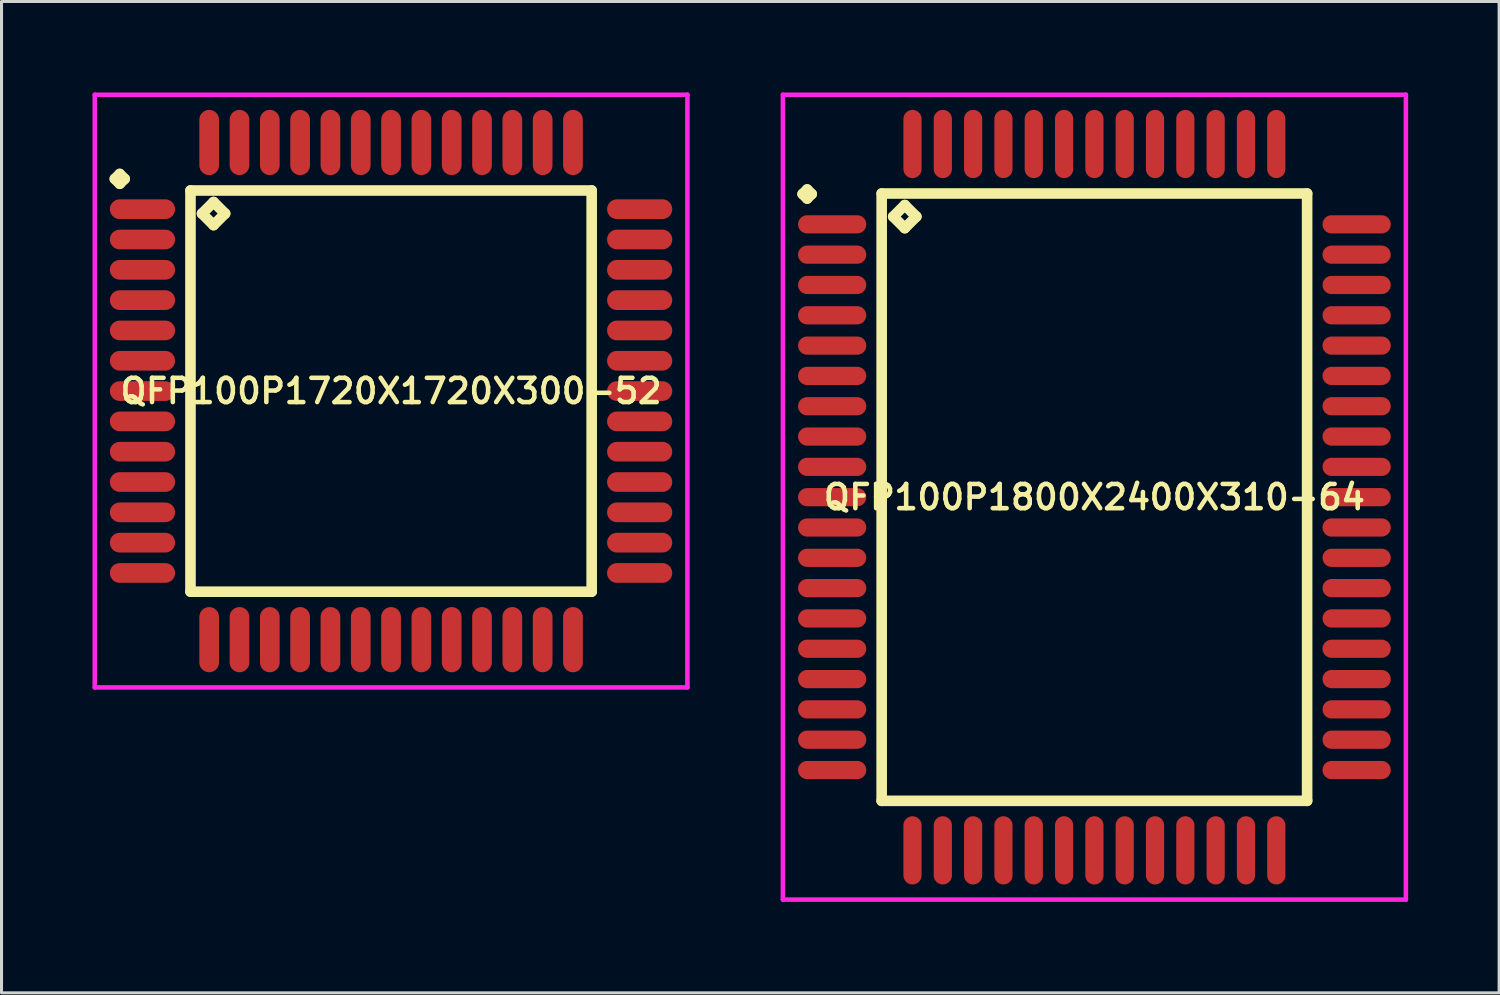
<source format=kicad_pcb>
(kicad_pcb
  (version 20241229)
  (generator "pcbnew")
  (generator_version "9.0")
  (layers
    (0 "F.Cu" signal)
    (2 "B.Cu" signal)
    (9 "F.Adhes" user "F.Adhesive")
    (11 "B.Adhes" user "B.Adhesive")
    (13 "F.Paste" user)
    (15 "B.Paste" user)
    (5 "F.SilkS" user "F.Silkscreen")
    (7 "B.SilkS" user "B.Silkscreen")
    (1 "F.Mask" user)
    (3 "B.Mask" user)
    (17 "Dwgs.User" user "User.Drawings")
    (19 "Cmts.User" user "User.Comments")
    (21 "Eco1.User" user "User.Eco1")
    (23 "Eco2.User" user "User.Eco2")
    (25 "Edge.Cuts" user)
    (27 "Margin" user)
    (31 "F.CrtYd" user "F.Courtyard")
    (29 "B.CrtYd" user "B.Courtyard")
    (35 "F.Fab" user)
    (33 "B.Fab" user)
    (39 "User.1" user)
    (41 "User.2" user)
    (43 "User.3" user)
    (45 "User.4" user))
  (footprint "QFP100P1720X1720X300-52"
    (layer "F.Cu")
    (at 9.85 9.85)
    (property "Reference" "QFP100P1720X1720X300-52" (at 0 0 0) (layer "F.SilkS") (effects (font (size 0.8 0.8) (thickness 0.15))))
    (attr smd)
    (fp_line (start -9.113 -7) (end -8.95 -7.162) (stroke (width 0.35) (type solid)) (layer "F.SilkS"))
    (fp_line (start -8.95 -7.162) (end -8.787 -7) (stroke (width 0.35) (type solid)) (layer "F.SilkS"))
    (fp_line (start -8.95 -6.838) (end -9.113 -7) (stroke (width 0.35) (type solid)) (layer "F.SilkS"))
    (fp_line (start -8.787 -7) (end -8.95 -6.838) (stroke (width 0.35) (type solid)) (layer "F.SilkS"))
    (fp_line (start -6.617 -6.617) (end -6.617 6.617) (stroke (width 0.35) (type solid)) (layer "F.SilkS"))
    (fp_line (start -6.617 6.617) (end 6.617 6.617) (stroke (width 0.35) (type solid)) (layer "F.SilkS"))
    (fp_line (start -6.236 -5.855) (end -5.855 -6.236) (stroke (width 0.35) (type solid)) (layer "F.SilkS"))
    (fp_line (start -5.855 -6.236) (end -5.474 -5.855) (stroke (width 0.35) (type solid)) (layer "F.SilkS"))
    (fp_line (start -5.855 -5.474) (end -6.236 -5.855) (stroke (width 0.35) (type solid)) (layer "F.SilkS"))
    (fp_line (start -5.474 -5.855) (end -5.855 -5.474) (stroke (width 0.35) (type solid)) (layer "F.SilkS"))
    (fp_line (start 6.617 -6.617) (end -6.617 -6.617) (stroke (width 0.35) (type solid)) (layer "F.SilkS"))
    (fp_line (start 6.617 6.617) (end 6.617 -6.617) (stroke (width 0.35) (type solid)) (layer "F.SilkS"))
    (fp_line (start -9.775 -9.775) (end 9.775 -9.775) (stroke (width 0.15) (type solid)) (layer "F.CrtYd"))
    (fp_line (start -9.775 9.775) (end -9.775 -9.775) (stroke (width 0.15) (type solid)) (layer "F.CrtYd"))
    (fp_line (start 9.775 -9.775) (end 9.775 9.775) (stroke (width 0.15) (type solid)) (layer "F.CrtYd"))
    (fp_line (start 9.775 9.775) (end -9.775 9.775) (stroke (width 0.15) (type solid)) (layer "F.CrtYd"))
    (pad "1" smd oval (at -8.2 -6) (size 2.15 0.65) (layers "F.Cu" "F.Mask" "F.Paste"))
    (pad "2" smd oval (at -8.2 -5) (size 2.15 0.65) (layers "F.Cu" "F.Mask" "F.Paste"))
    (pad "3" smd oval (at -8.2 -4) (size 2.15 0.65) (layers "F.Cu" "F.Mask" "F.Paste"))
    (pad "4" smd oval (at -8.2 -3) (size 2.15 0.65) (layers "F.Cu" "F.Mask" "F.Paste"))
    (pad "5" smd oval (at -8.2 -2) (size 2.15 0.65) (layers "F.Cu" "F.Mask" "F.Paste"))
    (pad "6" smd oval (at -8.2 -1) (size 2.15 0.65) (layers "F.Cu" "F.Mask" "F.Paste"))
    (pad "7" smd oval (at -8.2 0) (size 2.15 0.65) (layers "F.Cu" "F.Mask" "F.Paste"))
    (pad "8" smd oval (at -8.2 1) (size 2.15 0.65) (layers "F.Cu" "F.Mask" "F.Paste"))
    (pad "9" smd oval (at -8.2 2) (size 2.15 0.65) (layers "F.Cu" "F.Mask" "F.Paste"))
    (pad "10" smd oval (at -8.2 3) (size 2.15 0.65) (layers "F.Cu" "F.Mask" "F.Paste"))
    (pad "11" smd oval (at -8.2 4) (size 2.15 0.65) (layers "F.Cu" "F.Mask" "F.Paste"))
    (pad "12" smd oval (at -8.2 5) (size 2.15 0.65) (layers "F.Cu" "F.Mask" "F.Paste"))
    (pad "13" smd oval (at -8.2 6) (size 2.15 0.65) (layers "F.Cu" "F.Mask" "F.Paste"))
    (pad "14" smd oval (at -6 8.2) (size 0.65 2.15) (layers "F.Cu" "F.Mask" "F.Paste"))
    (pad "15" smd oval (at -5 8.2) (size 0.65 2.15) (layers "F.Cu" "F.Mask" "F.Paste"))
    (pad "16" smd oval (at -4 8.2) (size 0.65 2.15) (layers "F.Cu" "F.Mask" "F.Paste"))
    (pad "17" smd oval (at -3 8.2) (size 0.65 2.15) (layers "F.Cu" "F.Mask" "F.Paste"))
    (pad "18" smd oval (at -2 8.2) (size 0.65 2.15) (layers "F.Cu" "F.Mask" "F.Paste"))
    (pad "19" smd oval (at -1 8.2) (size 0.65 2.15) (layers "F.Cu" "F.Mask" "F.Paste"))
    (pad "20" smd oval (at 0 8.2) (size 0.65 2.15) (layers "F.Cu" "F.Mask" "F.Paste"))
    (pad "21" smd oval (at 1 8.2) (size 0.65 2.15) (layers "F.Cu" "F.Mask" "F.Paste"))
    (pad "22" smd oval (at 2 8.2) (size 0.65 2.15) (layers "F.Cu" "F.Mask" "F.Paste"))
    (pad "23" smd oval (at 3 8.2) (size 0.65 2.15) (layers "F.Cu" "F.Mask" "F.Paste"))
    (pad "24" smd oval (at 4 8.2) (size 0.65 2.15) (layers "F.Cu" "F.Mask" "F.Paste"))
    (pad "25" smd oval (at 5 8.2) (size 0.65 2.15) (layers "F.Cu" "F.Mask" "F.Paste"))
    (pad "26" smd oval (at 6 8.2) (size 0.65 2.15) (layers "F.Cu" "F.Mask" "F.Paste"))
    (pad "27" smd oval (at 8.2 6) (size 2.15 0.65) (layers "F.Cu" "F.Mask" "F.Paste"))
    (pad "28" smd oval (at 8.2 5) (size 2.15 0.65) (layers "F.Cu" "F.Mask" "F.Paste"))
    (pad "29" smd oval (at 8.2 4) (size 2.15 0.65) (layers "F.Cu" "F.Mask" "F.Paste"))
    (pad "30" smd oval (at 8.2 3) (size 2.15 0.65) (layers "F.Cu" "F.Mask" "F.Paste"))
    (pad "31" smd oval (at 8.2 2) (size 2.15 0.65) (layers "F.Cu" "F.Mask" "F.Paste"))
    (pad "32" smd oval (at 8.2 1) (size 2.15 0.65) (layers "F.Cu" "F.Mask" "F.Paste"))
    (pad "33" smd oval (at 8.2 0) (size 2.15 0.65) (layers "F.Cu" "F.Mask" "F.Paste"))
    (pad "34" smd oval (at 8.2 -1) (size 2.15 0.65) (layers "F.Cu" "F.Mask" "F.Paste"))
    (pad "35" smd oval (at 8.2 -2) (size 2.15 0.65) (layers "F.Cu" "F.Mask" "F.Paste"))
    (pad "36" smd oval (at 8.2 -3) (size 2.15 0.65) (layers "F.Cu" "F.Mask" "F.Paste"))
    (pad "37" smd oval (at 8.2 -4) (size 2.15 0.65) (layers "F.Cu" "F.Mask" "F.Paste"))
    (pad "38" smd oval (at 8.2 -5) (size 2.15 0.65) (layers "F.Cu" "F.Mask" "F.Paste"))
    (pad "39" smd oval (at 8.2 -6) (size 2.15 0.65) (layers "F.Cu" "F.Mask" "F.Paste"))
    (pad "40" smd oval (at 6 -8.2) (size 0.65 2.15) (layers "F.Cu" "F.Mask" "F.Paste"))
    (pad "41" smd oval (at 5 -8.2) (size 0.65 2.15) (layers "F.Cu" "F.Mask" "F.Paste"))
    (pad "42" smd oval (at 4 -8.2) (size 0.65 2.15) (layers "F.Cu" "F.Mask" "F.Paste"))
    (pad "43" smd oval (at 3 -8.2) (size 0.65 2.15) (layers "F.Cu" "F.Mask" "F.Paste"))
    (pad "44" smd oval (at 2 -8.2) (size 0.65 2.15) (layers "F.Cu" "F.Mask" "F.Paste"))
    (pad "45" smd oval (at 1 -8.2) (size 0.65 2.15) (layers "F.Cu" "F.Mask" "F.Paste"))
    (pad "46" smd oval (at 0 -8.2) (size 0.65 2.15) (layers "F.Cu" "F.Mask" "F.Paste"))
    (pad "47" smd oval (at -1 -8.2) (size 0.65 2.15) (layers "F.Cu" "F.Mask" "F.Paste"))
    (pad "48" smd oval (at -2 -8.2) (size 0.65 2.15) (layers "F.Cu" "F.Mask" "F.Paste"))
    (pad "49" smd oval (at -3 -8.2) (size 0.65 2.15) (layers "F.Cu" "F.Mask" "F.Paste"))
    (pad "50" smd oval (at -4 -8.2) (size 0.65 2.15) (layers "F.Cu" "F.Mask" "F.Paste"))
    (pad "51" smd oval (at -5 -8.2) (size 0.65 2.15) (layers "F.Cu" "F.Mask" "F.Paste"))
    (pad "52" smd oval (at -6 -8.2) (size 0.65 2.15) (layers "F.Cu" "F.Mask" "F.Paste")))
  (footprint "QFP100P1800X2400X310-64"
    (layer "F.Cu")
    (at 33.05 13.35)
    (property "Reference" "QFP100P1800X2400X310-64" (at 0 0 0) (layer "F.SilkS") (effects (font (size 0.8 0.8) (thickness 0.15))))
    (attr smd)
    (fp_line (start -9.625 -10) (end -9.475 -10.15) (stroke (width 0.35) (type solid)) (layer "F.SilkS"))
    (fp_line (start -9.475 -10.15) (end -9.325 -10) (stroke (width 0.35) (type solid)) (layer "F.SilkS"))
    (fp_line (start -9.475 -9.85) (end -9.625 -10) (stroke (width 0.35) (type solid)) (layer "F.SilkS"))
    (fp_line (start -9.325 -10) (end -9.475 -9.85) (stroke (width 0.35) (type solid)) (layer "F.SilkS"))
    (fp_line (start -7.017 -10.017) (end -7.017 10.017) (stroke (width 0.35) (type solid)) (layer "F.SilkS"))
    (fp_line (start -7.017 10.017) (end 7.017 10.017) (stroke (width 0.35) (type solid)) (layer "F.SilkS"))
    (fp_line (start -6.636 -9.255) (end -6.255 -9.636) (stroke (width 0.35) (type solid)) (layer "F.SilkS"))
    (fp_line (start -6.255 -9.636) (end -5.874 -9.255) (stroke (width 0.35) (type solid)) (layer "F.SilkS"))
    (fp_line (start -6.255 -8.874) (end -6.636 -9.255) (stroke (width 0.35) (type solid)) (layer "F.SilkS"))
    (fp_line (start -5.874 -9.255) (end -6.255 -8.874) (stroke (width 0.35) (type solid)) (layer "F.SilkS"))
    (fp_line (start 7.017 -10.017) (end -7.017 -10.017) (stroke (width 0.35) (type solid)) (layer "F.SilkS"))
    (fp_line (start 7.017 10.017) (end 7.017 -10.017) (stroke (width 0.35) (type solid)) (layer "F.SilkS"))
    (fp_line (start -10.275 -13.275) (end 10.275 -13.275) (stroke (width 0.15) (type solid)) (layer "F.CrtYd"))
    (fp_line (start -10.275 13.275) (end -10.275 -13.275) (stroke (width 0.15) (type solid)) (layer "F.CrtYd"))
    (fp_line (start 10.275 -13.275) (end 10.275 13.275) (stroke (width 0.15) (type solid)) (layer "F.CrtYd"))
    (fp_line (start 10.275 13.275) (end -10.275 13.275) (stroke (width 0.15) (type solid)) (layer "F.CrtYd"))
    (pad "1" smd oval (at -8.65 -9) (size 2.25 0.6) (layers "F.Cu" "F.Mask" "F.Paste"))
    (pad "2" smd oval (at -8.65 -8) (size 2.25 0.6) (layers "F.Cu" "F.Mask" "F.Paste"))
    (pad "3" smd oval (at -8.65 -7) (size 2.25 0.6) (layers "F.Cu" "F.Mask" "F.Paste"))
    (pad "4" smd oval (at -8.65 -6) (size 2.25 0.6) (layers "F.Cu" "F.Mask" "F.Paste"))
    (pad "5" smd oval (at -8.65 -5) (size 2.25 0.6) (layers "F.Cu" "F.Mask" "F.Paste"))
    (pad "6" smd oval (at -8.65 -4) (size 2.25 0.6) (layers "F.Cu" "F.Mask" "F.Paste"))
    (pad "7" smd oval (at -8.65 -3) (size 2.25 0.6) (layers "F.Cu" "F.Mask" "F.Paste"))
    (pad "8" smd oval (at -8.65 -2) (size 2.25 0.6) (layers "F.Cu" "F.Mask" "F.Paste"))
    (pad "9" smd oval (at -8.65 -1) (size 2.25 0.6) (layers "F.Cu" "F.Mask" "F.Paste"))
    (pad "10" smd oval (at -8.65 0) (size 2.25 0.6) (layers "F.Cu" "F.Mask" "F.Paste"))
    (pad "11" smd oval (at -8.65 1) (size 2.25 0.6) (layers "F.Cu" "F.Mask" "F.Paste"))
    (pad "12" smd oval (at -8.65 2) (size 2.25 0.6) (layers "F.Cu" "F.Mask" "F.Paste"))
    (pad "13" smd oval (at -8.65 3) (size 2.25 0.6) (layers "F.Cu" "F.Mask" "F.Paste"))
    (pad "14" smd oval (at -8.65 4) (size 2.25 0.6) (layers "F.Cu" "F.Mask" "F.Paste"))
    (pad "15" smd oval (at -8.65 5) (size 2.25 0.6) (layers "F.Cu" "F.Mask" "F.Paste"))
    (pad "16" smd oval (at -8.65 6) (size 2.25 0.6) (layers "F.Cu" "F.Mask" "F.Paste"))
    (pad "17" smd oval (at -8.65 7) (size 2.25 0.6) (layers "F.Cu" "F.Mask" "F.Paste"))
    (pad "18" smd oval (at -8.65 8) (size 2.25 0.6) (layers "F.Cu" "F.Mask" "F.Paste"))
    (pad "19" smd oval (at -8.65 9) (size 2.25 0.6) (layers "F.Cu" "F.Mask" "F.Paste"))
    (pad "20" smd oval (at -6 11.65) (size 0.6 2.25) (layers "F.Cu" "F.Mask" "F.Paste"))
    (pad "21" smd oval (at -5 11.65) (size 0.6 2.25) (layers "F.Cu" "F.Mask" "F.Paste"))
    (pad "22" smd oval (at -4 11.65) (size 0.6 2.25) (layers "F.Cu" "F.Mask" "F.Paste"))
    (pad "23" smd oval (at -3 11.65) (size 0.6 2.25) (layers "F.Cu" "F.Mask" "F.Paste"))
    (pad "24" smd oval (at -2 11.65) (size 0.6 2.25) (layers "F.Cu" "F.Mask" "F.Paste"))
    (pad "25" smd oval (at -1 11.65) (size 0.6 2.25) (layers "F.Cu" "F.Mask" "F.Paste"))
    (pad "26" smd oval (at 0 11.65) (size 0.6 2.25) (layers "F.Cu" "F.Mask" "F.Paste"))
    (pad "27" smd oval (at 1 11.65) (size 0.6 2.25) (layers "F.Cu" "F.Mask" "F.Paste"))
    (pad "28" smd oval (at 2 11.65) (size 0.6 2.25) (layers "F.Cu" "F.Mask" "F.Paste"))
    (pad "29" smd oval (at 3 11.65) (size 0.6 2.25) (layers "F.Cu" "F.Mask" "F.Paste"))
    (pad "30" smd oval (at 4 11.65) (size 0.6 2.25) (layers "F.Cu" "F.Mask" "F.Paste"))
    (pad "31" smd oval (at 5 11.65) (size 0.6 2.25) (layers "F.Cu" "F.Mask" "F.Paste"))
    (pad "32" smd oval (at 6 11.65) (size 0.6 2.25) (layers "F.Cu" "F.Mask" "F.Paste"))
    (pad "33" smd oval (at 8.65 9) (size 2.25 0.6) (layers "F.Cu" "F.Mask" "F.Paste"))
    (pad "34" smd oval (at 8.65 8) (size 2.25 0.6) (layers "F.Cu" "F.Mask" "F.Paste"))
    (pad "35" smd oval (at 8.65 7) (size 2.25 0.6) (layers "F.Cu" "F.Mask" "F.Paste"))
    (pad "36" smd oval (at 8.65 6) (size 2.25 0.6) (layers "F.Cu" "F.Mask" "F.Paste"))
    (pad "37" smd oval (at 8.65 5) (size 2.25 0.6) (layers "F.Cu" "F.Mask" "F.Paste"))
    (pad "38" smd oval (at 8.65 4) (size 2.25 0.6) (layers "F.Cu" "F.Mask" "F.Paste"))
    (pad "39" smd oval (at 8.65 3) (size 2.25 0.6) (layers "F.Cu" "F.Mask" "F.Paste"))
    (pad "40" smd oval (at 8.65 2) (size 2.25 0.6) (layers "F.Cu" "F.Mask" "F.Paste"))
    (pad "41" smd oval (at 8.65 1) (size 2.25 0.6) (layers "F.Cu" "F.Mask" "F.Paste"))
    (pad "42" smd oval (at 8.65 0) (size 2.25 0.6) (layers "F.Cu" "F.Mask" "F.Paste"))
    (pad "43" smd oval (at 8.65 -1) (size 2.25 0.6) (layers "F.Cu" "F.Mask" "F.Paste"))
    (pad "44" smd oval (at 8.65 -2) (size 2.25 0.6) (layers "F.Cu" "F.Mask" "F.Paste"))
    (pad "45" smd oval (at 8.65 -3) (size 2.25 0.6) (layers "F.Cu" "F.Mask" "F.Paste"))
    (pad "46" smd oval (at 8.65 -4) (size 2.25 0.6) (layers "F.Cu" "F.Mask" "F.Paste"))
    (pad "47" smd oval (at 8.65 -5) (size 2.25 0.6) (layers "F.Cu" "F.Mask" "F.Paste"))
    (pad "48" smd oval (at 8.65 -6) (size 2.25 0.6) (layers "F.Cu" "F.Mask" "F.Paste"))
    (pad "49" smd oval (at 8.65 -7) (size 2.25 0.6) (layers "F.Cu" "F.Mask" "F.Paste"))
    (pad "50" smd oval (at 8.65 -8) (size 2.25 0.6) (layers "F.Cu" "F.Mask" "F.Paste"))
    (pad "51" smd oval (at 8.65 -9) (size 2.25 0.6) (layers "F.Cu" "F.Mask" "F.Paste"))
    (pad "52" smd oval (at 6 -11.65) (size 0.6 2.25) (layers "F.Cu" "F.Mask" "F.Paste"))
    (pad "53" smd oval (at 5 -11.65) (size 0.6 2.25) (layers "F.Cu" "F.Mask" "F.Paste"))
    (pad "54" smd oval (at 4 -11.65) (size 0.6 2.25) (layers "F.Cu" "F.Mask" "F.Paste"))
    (pad "55" smd oval (at 3 -11.65) (size 0.6 2.25) (layers "F.Cu" "F.Mask" "F.Paste"))
    (pad "56" smd oval (at 2 -11.65) (size 0.6 2.25) (layers "F.Cu" "F.Mask" "F.Paste"))
    (pad "57" smd oval (at 1 -11.65) (size 0.6 2.25) (layers "F.Cu" "F.Mask" "F.Paste"))
    (pad "58" smd oval (at 0 -11.65) (size 0.6 2.25) (layers "F.Cu" "F.Mask" "F.Paste"))
    (pad "59" smd oval (at -1 -11.65) (size 0.6 2.25) (layers "F.Cu" "F.Mask" "F.Paste"))
    (pad "60" smd oval (at -2 -11.65) (size 0.6 2.25) (layers "F.Cu" "F.Mask" "F.Paste"))
    (pad "61" smd oval (at -3 -11.65) (size 0.6 2.25) (layers "F.Cu" "F.Mask" "F.Paste"))
    (pad "62" smd oval (at -4 -11.65) (size 0.6 2.25) (layers "F.Cu" "F.Mask" "F.Paste"))
    (pad "63" smd oval (at -5 -11.65) (size 0.6 2.25) (layers "F.Cu" "F.Mask" "F.Paste"))
    (pad "64" smd oval (at -6 -11.65) (size 0.6 2.25) (layers "F.Cu" "F.Mask" "F.Paste")))
  (gr_rect
    (start -3 -3)
    (end 46.4 29.7)
    (stroke (width 0.1) (type default))
    (fill no)
    (layer "Edge.Cuts")))
</source>
